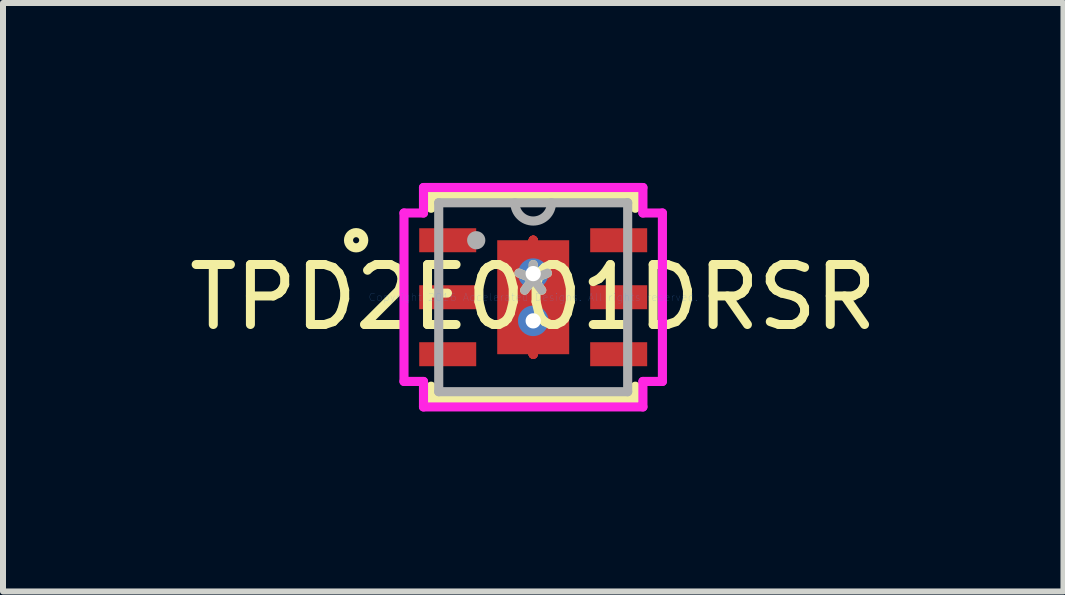
<source format=kicad_pcb>
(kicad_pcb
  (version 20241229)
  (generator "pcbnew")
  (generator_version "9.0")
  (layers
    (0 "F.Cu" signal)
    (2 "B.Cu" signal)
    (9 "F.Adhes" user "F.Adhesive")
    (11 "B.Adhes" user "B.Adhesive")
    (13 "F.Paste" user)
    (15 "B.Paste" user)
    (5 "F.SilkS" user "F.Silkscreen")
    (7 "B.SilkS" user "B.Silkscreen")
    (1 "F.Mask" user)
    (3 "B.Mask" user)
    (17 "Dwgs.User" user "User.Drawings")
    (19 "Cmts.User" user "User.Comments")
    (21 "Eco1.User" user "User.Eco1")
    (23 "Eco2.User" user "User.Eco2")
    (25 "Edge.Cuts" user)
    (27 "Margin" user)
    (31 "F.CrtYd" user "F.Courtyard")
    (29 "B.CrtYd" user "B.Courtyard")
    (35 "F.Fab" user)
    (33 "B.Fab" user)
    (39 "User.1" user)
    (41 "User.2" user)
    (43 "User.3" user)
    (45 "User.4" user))
  (footprint "TPD2E001DRSR"
    (layer "F.Cu")
    (at 5.839 1.905)
    (property "Reference" "TPD2E001DRSR" (at 0 0 0) (layer "F.SilkS") (effects (font (size 1 1) (thickness 0.15))))
    (attr through_hole)
    (fp_line (start 0 -0.95) (end 0 -0.95) (stroke (width 0.152) (type solid)) (layer "F.Cu"))
    (fp_line (start 0 -0.95) (end 0 -0.95) (stroke (width 0.152) (type solid)) (layer "F.Cu"))
    (fp_line (start 0 -0.95) (end 0 -0.95) (stroke (width 0.152) (type solid)) (layer "F.Cu"))
    (fp_line (start 0 -0.95) (end 0 -0.95) (stroke (width 0.152) (type solid)) (layer "F.Cu"))
    (fp_line (start 0 -0.95) (end 0 -0.95) (stroke (width 0.152) (type solid)) (layer "F.Cu"))
    (fp_line (start 0 -0.95) (end 0 -0.95) (stroke (width 0.152) (type solid)) (layer "F.Cu"))
    (fp_line (start 0 -0.95) (end 0 -0.95) (stroke (width 0.152) (type solid)) (layer "F.Cu"))
    (fp_line (start 0 -0.95) (end 0 -0.95) (stroke (width 0.152) (type solid)) (layer "F.Cu"))
    (fp_line (start 0 0.95) (end 0 0.95) (stroke (width 0.152) (type solid)) (layer "F.Cu"))
    (fp_line (start 0 0.95) (end 0 0.95) (stroke (width 0.152) (type solid)) (layer "F.Cu"))
    (fp_line (start 0 0.95) (end 0 0.95) (stroke (width 0.152) (type solid)) (layer "F.Cu"))
    (fp_line (start 0 0.95) (end 0 0.95) (stroke (width 0.152) (type solid)) (layer "F.Cu"))
    (fp_line (start 0 0.95) (end 0 0.95) (stroke (width 0.152) (type solid)) (layer "F.Cu"))
    (fp_line (start 0 0.95) (end 0 0.95) (stroke (width 0.152) (type solid)) (layer "F.Cu"))
    (fp_line (start 0 0.95) (end 0 0.95) (stroke (width 0.152) (type solid)) (layer "F.Cu"))
    (fp_line (start 0 0.95) (end 0 0.95) (stroke (width 0.152) (type solid)) (layer "F.Cu"))
    (fp_line (start -0.663 -1.014) (end -0.2 -1.014) (stroke (width 0.152) (type solid)) (layer "F.Mask"))
    (fp_line (start -0.663 -1.014) (end 0.663 -1.014) (stroke (width 0.152) (type solid)) (layer "F.Mask"))
    (fp_line (start -0.663 -0.594) (end -0.663 -1.014) (stroke (width 0.152) (type solid)) (layer "F.Mask"))
    (fp_line (start -0.663 -0.194) (end 0.663 -0.194) (stroke (width 0.152) (type solid)) (layer "F.Mask"))
    (fp_line (start -0.663 0.194) (end -0.663 -0.194) (stroke (width 0.152) (type solid)) (layer "F.Mask"))
    (fp_line (start -0.663 0.594) (end 0.663 0.594) (stroke (width 0.152) (type solid)) (layer "F.Mask"))
    (fp_line (start -0.663 1.014) (end -0.663 -1.014) (stroke (width 0.152) (type solid)) (layer "F.Mask"))
    (fp_line (start -0.663 1.014) (end -0.663 0.594) (stroke (width 0.152) (type solid)) (layer "F.Mask"))
    (fp_line (start -0.2 -1.014) (end -0.2 1.014) (stroke (width 0.152) (type solid)) (layer "F.Mask"))
    (fp_line (start -0.2 1.014) (end -0.663 1.014) (stroke (width 0.152) (type solid)) (layer "F.Mask"))
    (fp_line (start 0 -0.95) (end 0 -0.95) (stroke (width 0.152) (type solid)) (layer "F.Mask"))
    (fp_line (start 0 -0.95) (end 0 -0.95) (stroke (width 0.152) (type solid)) (layer "F.Mask"))
    (fp_line (start 0 -0.95) (end 0 -0.95) (stroke (width 0.152) (type solid)) (layer "F.Mask"))
    (fp_line (start 0 -0.95) (end 0 -0.95) (stroke (width 0.152) (type solid)) (layer "F.Mask"))
    (fp_line (start 0 -0.95) (end 0 -0.95) (stroke (width 0.152) (type solid)) (layer "F.Mask"))
    (fp_line (start 0 -0.95) (end 0 -0.95) (stroke (width 0.152) (type solid)) (layer "F.Mask"))
    (fp_line (start 0 -0.95) (end 0 -0.95) (stroke (width 0.152) (type solid)) (layer "F.Mask"))
    (fp_line (start 0 -0.95) (end 0 -0.95) (stroke (width 0.152) (type solid)) (layer "F.Mask"))
    (fp_line (start 0 0.95) (end 0 0.95) (stroke (width 0.152) (type solid)) (layer "F.Mask"))
    (fp_line (start 0 0.95) (end 0 0.95) (stroke (width 0.152) (type solid)) (layer "F.Mask"))
    (fp_line (start 0 0.95) (end 0 0.95) (stroke (width 0.152) (type solid)) (layer "F.Mask"))
    (fp_line (start 0 0.95) (end 0 0.95) (stroke (width 0.152) (type solid)) (layer "F.Mask"))
    (fp_line (start 0 0.95) (end 0 0.95) (stroke (width 0.152) (type solid)) (layer "F.Mask"))
    (fp_line (start 0 0.95) (end 0 0.95) (stroke (width 0.152) (type solid)) (layer "F.Mask"))
    (fp_line (start 0 0.95) (end 0 0.95) (stroke (width 0.152) (type solid)) (layer "F.Mask"))
    (fp_line (start 0 0.95) (end 0 0.95) (stroke (width 0.152) (type solid)) (layer "F.Mask"))
    (fp_line (start 0.2 -1.014) (end 0.663 -1.014) (stroke (width 0.152) (type solid)) (layer "F.Mask"))
    (fp_line (start 0.2 1.014) (end 0.2 -1.014) (stroke (width 0.152) (type solid)) (layer "F.Mask"))
    (fp_line (start 0.663 -1.014) (end 0.663 -0.594) (stroke (width 0.152) (type solid)) (layer "F.Mask"))
    (fp_line (start 0.663 -1.014) (end 0.663 1.014) (stroke (width 0.152) (type solid)) (layer "F.Mask"))
    (fp_line (start 0.663 -0.594) (end -0.663 -0.594) (stroke (width 0.152) (type solid)) (layer "F.Mask"))
    (fp_line (start 0.663 -0.194) (end 0.663 0.194) (stroke (width 0.152) (type solid)) (layer "F.Mask"))
    (fp_line (start 0.663 0.194) (end -0.663 0.194) (stroke (width 0.152) (type solid)) (layer "F.Mask"))
    (fp_line (start 0.663 0.594) (end 0.663 1.014) (stroke (width 0.152) (type solid)) (layer "F.Mask"))
    (fp_line (start 0.663 1.014) (end -0.663 1.014) (stroke (width 0.152) (type solid)) (layer "F.Mask"))
    (fp_line (start 0.663 1.014) (end 0.2 1.014) (stroke (width 0.152) (type solid)) (layer "F.Mask"))
    (fp_line (start -1.702 -1.702) (end -1.702 -1.483) (stroke (width 0.152) (type solid)) (layer "F.SilkS"))
    (fp_line (start -1.702 1.483) (end -1.702 1.702) (stroke (width 0.152) (type solid)) (layer "F.SilkS"))
    (fp_line (start -1.702 1.702) (end 1.702 1.702) (stroke (width 0.152) (type solid)) (layer "F.SilkS"))
    (fp_line (start 1.702 -1.702) (end -1.702 -1.702) (stroke (width 0.152) (type solid)) (layer "F.SilkS"))
    (fp_line (start 1.702 -1.483) (end 1.702 -1.702) (stroke (width 0.152) (type solid)) (layer "F.SilkS"))
    (fp_line (start 1.702 1.702) (end 1.702 1.483) (stroke (width 0.152) (type solid)) (layer "F.SilkS"))
    (fp_circle (center -2.952 -0.95) (end -2.825 -0.95) (stroke (width 0.152) (type solid)) (fill no) (layer "F.SilkS"))
    (fp_line (start -0.525 -0.875) (end -0.525 -0.494) (stroke (width 0.152) (type solid)) (layer "F.Paste"))
    (fp_line (start -0.525 -0.494) (end -0.241 -0.494) (stroke (width 0.152) (type solid)) (layer "F.Paste"))
    (fp_line (start -0.525 -0.294) (end -0.525 0.294) (stroke (width 0.152) (type solid)) (layer "F.Paste"))
    (fp_line (start -0.525 0.294) (end -0.241 0.294) (stroke (width 0.152) (type solid)) (layer "F.Paste"))
    (fp_line (start -0.525 0.494) (end -0.525 0.875) (stroke (width 0.152) (type solid)) (layer "F.Paste"))
    (fp_line (start -0.525 0.875) (end -0.1 0.875) (stroke (width 0.152) (type solid)) (layer "F.Paste"))
    (fp_line (start -0.241 -0.494) (end -0.241 -0.494) (stroke (width 0.152) (type solid)) (layer "F.Paste"))
    (fp_line (start -0.241 -0.494) (end -0.1 -0.635) (stroke (width 0.152) (type solid)) (layer "F.Paste"))
    (fp_line (start -0.241 -0.294) (end -0.525 -0.294) (stroke (width 0.152) (type solid)) (layer "F.Paste"))
    (fp_line (start -0.241 -0.294) (end -0.241 -0.294) (stroke (width 0.152) (type solid)) (layer "F.Paste"))
    (fp_line (start -0.241 0.294) (end -0.241 0.294) (stroke (width 0.152) (type solid)) (layer "F.Paste"))
    (fp_line (start -0.241 0.294) (end -0.1 0.152) (stroke (width 0.152) (type solid)) (layer "F.Paste"))
    (fp_line (start -0.241 0.494) (end -0.525 0.494) (stroke (width 0.152) (type solid)) (layer "F.Paste"))
    (fp_line (start -0.241 0.494) (end -0.241 0.494) (stroke (width 0.152) (type solid)) (layer "F.Paste"))
    (fp_line (start -0.1 -0.875) (end -0.525 -0.875) (stroke (width 0.152) (type solid)) (layer "F.Paste"))
    (fp_line (start -0.1 -0.635) (end -0.1 -0.875) (stroke (width 0.152) (type solid)) (layer "F.Paste"))
    (fp_line (start -0.1 -0.635) (end -0.1 -0.635) (stroke (width 0.152) (type solid)) (layer "F.Paste"))
    (fp_line (start -0.1 -0.152) (end -0.241 -0.294) (stroke (width 0.152) (type solid)) (layer "F.Paste"))
    (fp_line (start -0.1 -0.152) (end -0.1 -0.152) (stroke (width 0.152) (type solid)) (layer "F.Paste"))
    (fp_line (start -0.1 0.152) (end -0.1 -0.152) (stroke (width 0.152) (type solid)) (layer "F.Paste"))
    (fp_line (start -0.1 0.152) (end -0.1 0.152) (stroke (width 0.152) (type solid)) (layer "F.Paste"))
    (fp_line (start -0.1 0.635) (end -0.241 0.494) (stroke (width 0.152) (type solid)) (layer "F.Paste"))
    (fp_line (start -0.1 0.635) (end -0.1 0.635) (stroke (width 0.152) (type solid)) (layer "F.Paste"))
    (fp_line (start -0.1 0.875) (end -0.1 0.635) (stroke (width 0.152) (type solid)) (layer "F.Paste"))
    (fp_line (start 0.1 -0.875) (end 0.1 -0.635) (stroke (width 0.152) (type solid)) (layer "F.Paste"))
    (fp_line (start 0.1 -0.635) (end 0.1 -0.635) (stroke (width 0.152) (type solid)) (layer "F.Paste"))
    (fp_line (start 0.1 -0.635) (end 0.241 -0.494) (stroke (width 0.152) (type solid)) (layer "F.Paste"))
    (fp_line (start 0.1 -0.152) (end 0.1 -0.152) (stroke (width 0.152) (type solid)) (layer "F.Paste"))
    (fp_line (start 0.1 -0.152) (end 0.1 0.152) (stroke (width 0.152) (type solid)) (layer "F.Paste"))
    (fp_line (start 0.1 0.152) (end 0.1 0.152) (stroke (width 0.152) (type solid)) (layer "F.Paste"))
    (fp_line (start 0.1 0.152) (end 0.241 0.294) (stroke (width 0.152) (type solid)) (layer "F.Paste"))
    (fp_line (start 0.1 0.635) (end 0.1 0.635) (stroke (width 0.152) (type solid)) (layer "F.Paste"))
    (fp_line (start 0.1 0.635) (end 0.1 0.875) (stroke (width 0.152) (type solid)) (layer "F.Paste"))
    (fp_line (start 0.1 0.875) (end 0.525 0.875) (stroke (width 0.152) (type solid)) (layer "F.Paste"))
    (fp_line (start 0.241 -0.494) (end 0.241 -0.494) (stroke (width 0.152) (type solid)) (layer "F.Paste"))
    (fp_line (start 0.241 -0.494) (end 0.525 -0.494) (stroke (width 0.152) (type solid)) (layer "F.Paste"))
    (fp_line (start 0.241 -0.294) (end 0.1 -0.152) (stroke (width 0.152) (type solid)) (layer "F.Paste"))
    (fp_line (start 0.241 -0.294) (end 0.241 -0.294) (stroke (width 0.152) (type solid)) (layer "F.Paste"))
    (fp_line (start 0.241 0.294) (end 0.241 0.294) (stroke (width 0.152) (type solid)) (layer "F.Paste"))
    (fp_line (start 0.241 0.294) (end 0.525 0.294) (stroke (width 0.152) (type solid)) (layer "F.Paste"))
    (fp_line (start 0.241 0.494) (end 0.1 0.635) (stroke (width 0.152) (type solid)) (layer "F.Paste"))
    (fp_line (start 0.241 0.494) (end 0.241 0.494) (stroke (width 0.152) (type solid)) (layer "F.Paste"))
    (fp_line (start 0.525 -0.875) (end 0.1 -0.875) (stroke (width 0.152) (type solid)) (layer "F.Paste"))
    (fp_line (start 0.525 -0.494) (end 0.525 -0.875) (stroke (width 0.152) (type solid)) (layer "F.Paste"))
    (fp_line (start 0.525 -0.294) (end 0.241 -0.294) (stroke (width 0.152) (type solid)) (layer "F.Paste"))
    (fp_line (start 0.525 0.294) (end 0.525 -0.294) (stroke (width 0.152) (type solid)) (layer "F.Paste"))
    (fp_line (start 0.525 0.494) (end 0.241 0.494) (stroke (width 0.152) (type solid)) (layer "F.Paste"))
    (fp_line (start 0.525 0.875) (end 0.525 0.494) (stroke (width 0.152) (type solid)) (layer "F.Paste"))
    (fp_line (start -2.154 -1.404) (end -1.829 -1.404) (stroke (width 0.152) (type solid)) (layer "F.CrtYd"))
    (fp_line (start -2.154 1.404) (end -2.154 -1.404) (stroke (width 0.152) (type solid)) (layer "F.CrtYd"))
    (fp_line (start -1.829 -1.829) (end 1.829 -1.829) (stroke (width 0.152) (type solid)) (layer "F.CrtYd"))
    (fp_line (start -1.829 -1.404) (end -1.829 -1.829) (stroke (width 0.152) (type solid)) (layer "F.CrtYd"))
    (fp_line (start -1.829 1.404) (end -2.154 1.404) (stroke (width 0.152) (type solid)) (layer "F.CrtYd"))
    (fp_line (start -1.829 1.829) (end -1.829 1.404) (stroke (width 0.152) (type solid)) (layer "F.CrtYd"))
    (fp_line (start 1.829 -1.829) (end 1.829 -1.404) (stroke (width 0.152) (type solid)) (layer "F.CrtYd"))
    (fp_line (start 1.829 -1.404) (end 2.154 -1.404) (stroke (width 0.152) (type solid)) (layer "F.CrtYd"))
    (fp_line (start 1.829 1.404) (end 1.829 1.829) (stroke (width 0.152) (type solid)) (layer "F.CrtYd"))
    (fp_line (start 1.829 1.829) (end -1.829 1.829) (stroke (width 0.152) (type solid)) (layer "F.CrtYd"))
    (fp_line (start 2.154 -1.404) (end 2.154 1.404) (stroke (width 0.152) (type solid)) (layer "F.CrtYd"))
    (fp_line (start 2.154 1.404) (end 1.829 1.404) (stroke (width 0.152) (type solid)) (layer "F.CrtYd"))
    (fp_line (start -1.575 -1.575) (end -1.575 1.575) (stroke (width 0.152) (type solid)) (layer "F.Fab"))
    (fp_line (start -1.575 1.575) (end 1.575 1.575) (stroke (width 0.152) (type solid)) (layer "F.Fab"))
    (fp_line (start 1.575 -1.575) (end -1.575 -1.575) (stroke (width 0.152) (type solid)) (layer "F.Fab"))
    (fp_line (start 1.575 1.575) (end 1.575 -1.575) (stroke (width 0.152) (type solid)) (layer "F.Fab"))
    (fp_arc (start 0.3048 -1.574999) (mid 0 -1.270199) (end -0.3048 -1.574999) (stroke (width 0.1524) (type solid)) (layer "F.Fab"))
    (fp_circle (center -0.95 -0.95) (end -0.874 -0.95) (stroke (width 0.152) (type solid)) (fill no) (layer "F.Fab"))
    (fp_text user "*" (at 0 0 0) (layer "F.SilkS") (effects (font (size 1 1) (thickness 0.15))))
    (fp_text user "Copyright 2016 Accelerated Designs. All rights reserved." (at 0 0 0) (layer "Cmts.User") (effects (font (size 0.127 0.127) (thickness 0.002))))
    (fp_text user "*" (at 0 0 0) (layer "F.Fab") (effects (font (size 1 1) (thickness 0.15))))
    (pad "1" smd rect (at -1.425 -0.95) (size 0.95 0.4) (layers "F.Cu" "F.Mask" "F.Paste"))
    (pad "2" smd rect (at -1.425 0) (size 0.95 0.4) (layers "F.Cu" "F.Mask" "F.Paste"))
    (pad "3" smd rect (at -1.425 0.95) (size 0.95 0.4) (layers "F.Cu" "F.Mask" "F.Paste"))
    (pad "4" smd rect (at 1.425 0.95) (size 0.95 0.4) (layers "F.Cu" "F.Mask" "F.Paste"))
    (pad "5" smd rect (at 1.425 0) (size 0.95 0.4) (layers "F.Cu" "F.Mask" "F.Paste"))
    (pad "6" smd rect (at 1.425 -0.95) (size 0.95 0.4) (layers "F.Cu" "F.Mask" "F.Paste"))
    (pad "7" smd rect (at 0 0) (size 1.2 1.9) (layers "F.Cu" "F.Mask" "F.Paste"))
    (pad "V" thru_hole circle (at 0 -0.394) (size 0.508 0.508) (drill 0.254) (layers "*.Cu" "*.Mask"))
    (pad "V" thru_hole circle (at 0 0.394) (size 0.508 0.508) (drill 0.254) (layers "*.Cu" "*.Mask")))
  (gr_rect
    (start -3 -3)
    (end 14.679 6.81)
    (stroke (width 0.1) (type default))
    (fill no)
    (layer "Edge.Cuts")))
</source>
